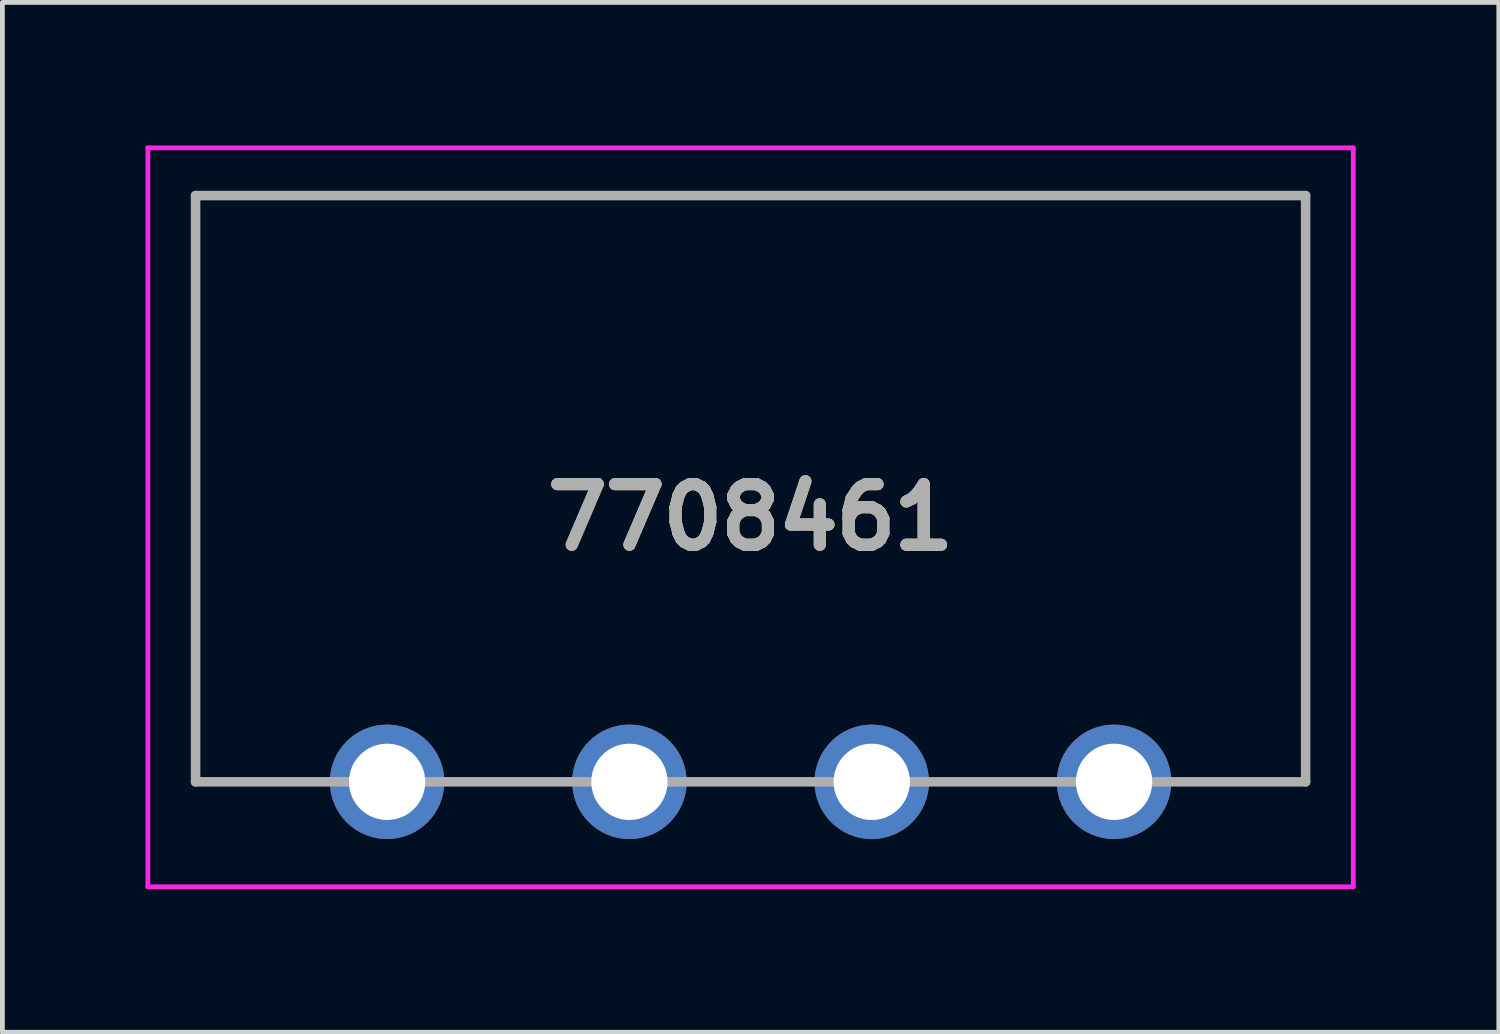
<source format=kicad_pcb>
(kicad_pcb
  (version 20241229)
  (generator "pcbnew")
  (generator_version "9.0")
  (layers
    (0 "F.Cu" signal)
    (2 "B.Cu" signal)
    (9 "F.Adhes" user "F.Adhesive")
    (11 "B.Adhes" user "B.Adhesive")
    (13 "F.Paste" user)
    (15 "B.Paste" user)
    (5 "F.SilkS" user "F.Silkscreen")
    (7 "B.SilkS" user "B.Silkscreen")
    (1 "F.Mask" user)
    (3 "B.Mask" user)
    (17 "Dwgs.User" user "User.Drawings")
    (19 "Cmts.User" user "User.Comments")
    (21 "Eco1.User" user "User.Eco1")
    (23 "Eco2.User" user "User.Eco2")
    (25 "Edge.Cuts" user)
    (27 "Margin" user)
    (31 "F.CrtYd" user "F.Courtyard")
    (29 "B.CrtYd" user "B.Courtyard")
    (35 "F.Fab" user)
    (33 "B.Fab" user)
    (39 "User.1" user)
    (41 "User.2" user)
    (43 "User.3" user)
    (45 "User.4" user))
  (footprint "7708461"
    (layer "F.Cu")
    (at 12.685 7.795)
    (property "Reference" "7708461" (at 0 0 0) (layer "F.SilkS") (effects (font (size 1.27 1.27) (thickness 0.254))))
    (attr through_hole)
    (fp_line (start -11.635 -6.745) (end 11.635 -6.745) (stroke (width 0.1) (type solid)) (layer "F.SilkS"))
    (fp_line (start -11.635 5.545) (end -11.635 -6.745) (stroke (width 0.1) (type solid)) (layer "F.SilkS"))
    (fp_line (start -10.16 5.545) (end -11.635 5.545) (stroke (width 0.1) (type solid)) (layer "F.SilkS"))
    (fp_line (start 11.635 -6.745) (end 11.635 5.545) (stroke (width 0.1) (type solid)) (layer "F.SilkS"))
    (fp_line (start 11.635 5.545) (end 10.16 5.545) (stroke (width 0.1) (type solid)) (layer "F.SilkS"))
    (fp_line (start -12.635 -7.745) (end 12.635 -7.745) (stroke (width 0.1) (type solid)) (layer "F.CrtYd"))
    (fp_line (start -12.635 7.745) (end -12.635 -7.745) (stroke (width 0.1) (type solid)) (layer "F.CrtYd"))
    (fp_line (start 12.635 -7.745) (end 12.635 7.745) (stroke (width 0.1) (type solid)) (layer "F.CrtYd"))
    (fp_line (start 12.635 7.745) (end -12.635 7.745) (stroke (width 0.1) (type solid)) (layer "F.CrtYd"))
    (fp_line (start -11.635 -6.745) (end 11.635 -6.745) (stroke (width 0.2) (type solid)) (layer "F.Fab"))
    (fp_line (start -11.635 5.545) (end -11.635 -6.745) (stroke (width 0.2) (type solid)) (layer "F.Fab"))
    (fp_line (start 11.635 -6.745) (end 11.635 5.545) (stroke (width 0.2) (type solid)) (layer "F.Fab"))
    (fp_line (start 11.635 5.545) (end -11.635 5.545) (stroke (width 0.2) (type solid)) (layer "F.Fab"))
    (fp_text user "${REFERENCE}" (at 0 0 0) (layer "F.Fab") (effects (font (size 1.27 1.27) (thickness 0.254))))
    (pad "" np_thru_hole circle (at -10.16 3.005) (size 0.001 0.001) (drill 2.54) (layers "*.Cu" "*.Mask"))
    (pad "" np_thru_hole circle (at -5.08 -4.615) (size 0.001 0.001) (drill 3.99) (layers "*.Cu" "*.Mask"))
    (pad "" np_thru_hole circle (at 5.08 -4.615) (size 0.001 0.001) (drill 3.99) (layers "*.Cu" "*.Mask"))
    (pad "" np_thru_hole circle (at 10.16 3.005) (size 0.001 0.001) (drill 2.54) (layers "*.Cu" "*.Mask"))
    (pad "1" thru_hole circle (at 7.62 5.545) (size 2.4 2.4) (drill 1.6) (layers "*.Cu" "*.Mask"))
    (pad "2" thru_hole circle (at 2.54 5.545) (size 2.4 2.4) (drill 1.6) (layers "*.Cu" "*.Mask"))
    (pad "3" thru_hole circle (at -2.54 5.545) (size 2.4 2.4) (drill 1.6) (layers "*.Cu" "*.Mask"))
    (pad "4" thru_hole circle (at -7.62 5.545) (size 2.4 2.4) (drill 1.6) (layers "*.Cu" "*.Mask")))
  (gr_rect
    (start -3 -3)
    (end 28.37 18.59)
    (stroke (width 0.1) (type default))
    (fill no)
    (layer "Edge.Cuts")))
</source>
